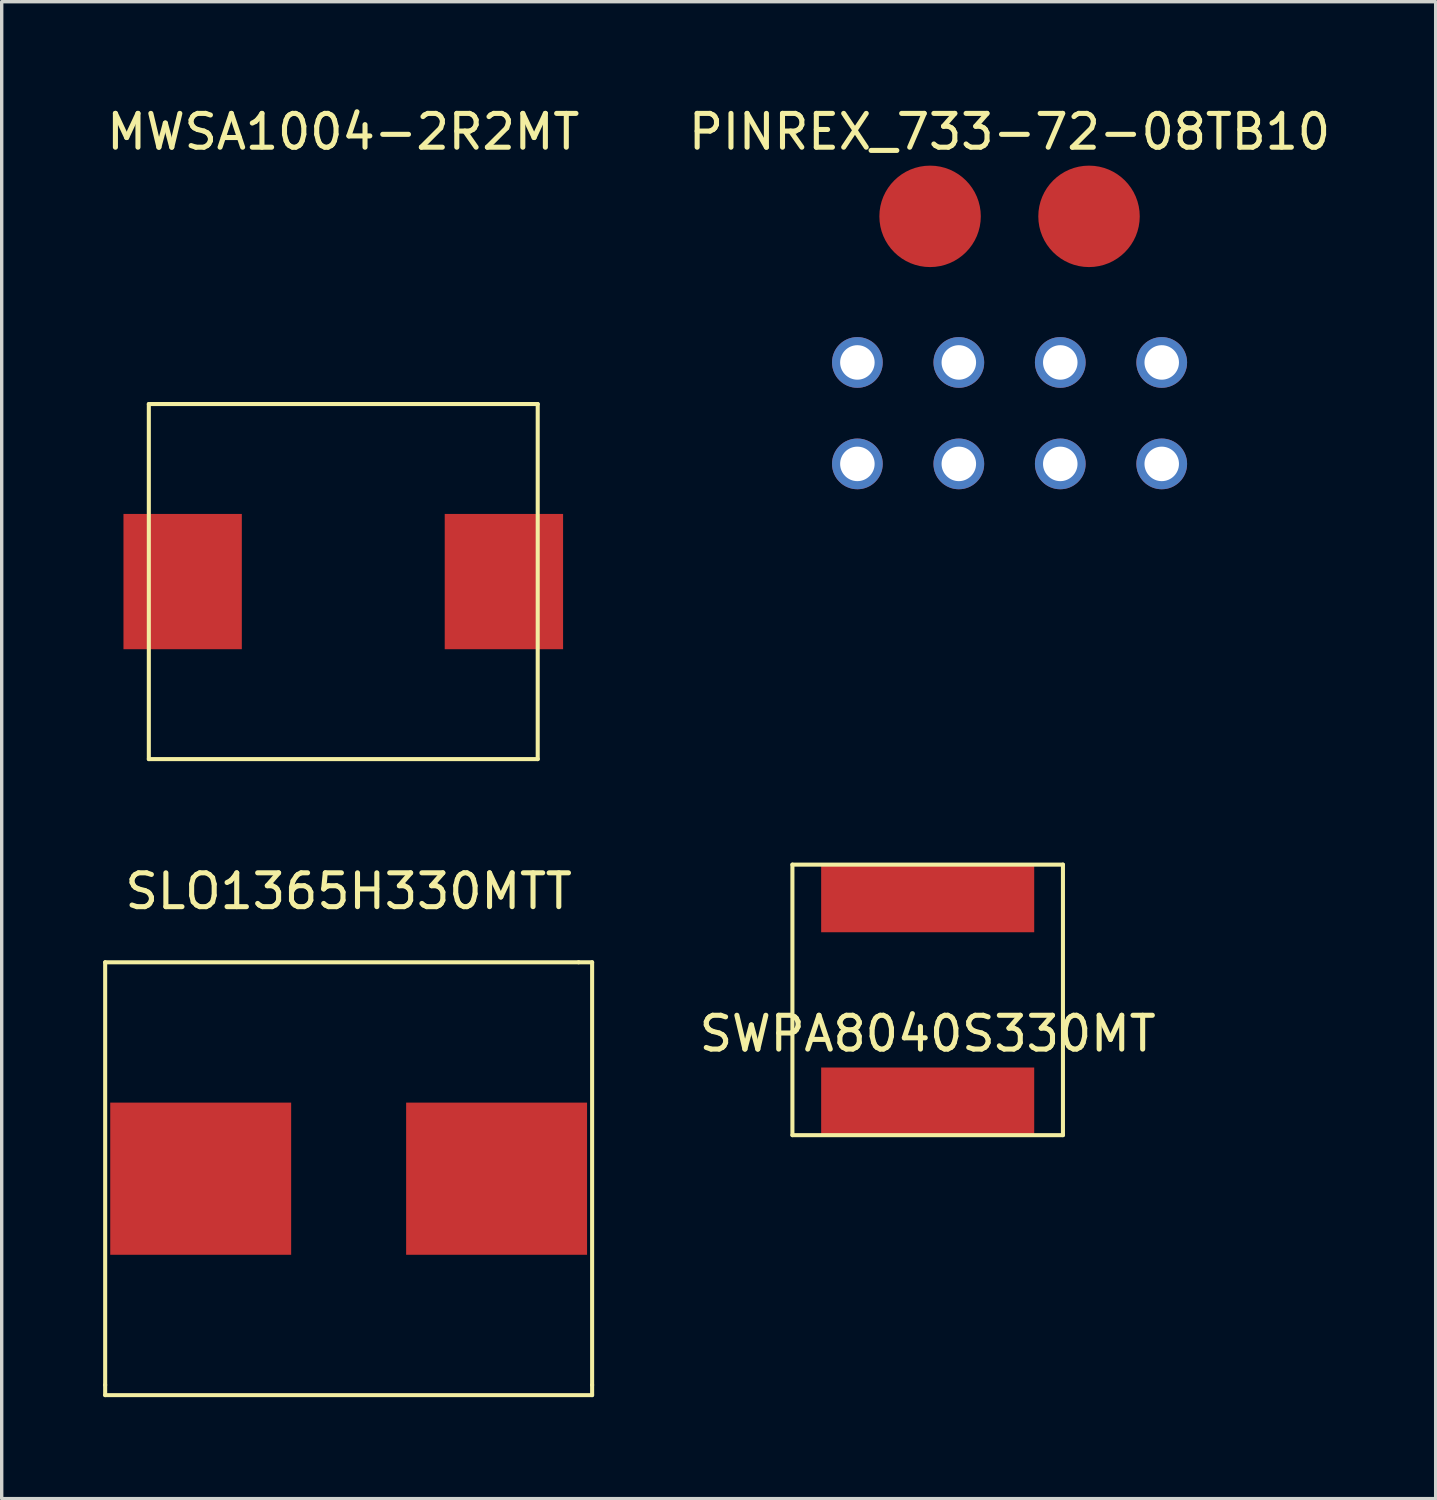
<source format=kicad_pcb>
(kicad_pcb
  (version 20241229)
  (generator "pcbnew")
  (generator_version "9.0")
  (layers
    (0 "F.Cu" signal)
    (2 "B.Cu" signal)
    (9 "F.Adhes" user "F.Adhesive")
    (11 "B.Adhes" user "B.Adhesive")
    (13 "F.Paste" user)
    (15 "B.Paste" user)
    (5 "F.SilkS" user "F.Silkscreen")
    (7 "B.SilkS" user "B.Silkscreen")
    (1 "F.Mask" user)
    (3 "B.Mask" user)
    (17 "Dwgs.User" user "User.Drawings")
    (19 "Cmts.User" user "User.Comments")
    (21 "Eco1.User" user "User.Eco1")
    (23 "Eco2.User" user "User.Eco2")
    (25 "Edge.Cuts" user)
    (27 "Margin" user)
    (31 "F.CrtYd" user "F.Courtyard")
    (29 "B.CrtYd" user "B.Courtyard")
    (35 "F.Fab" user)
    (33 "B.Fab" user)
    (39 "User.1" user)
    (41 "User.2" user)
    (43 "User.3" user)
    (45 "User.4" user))
  (footprint "SLO1365H330MTT"
    (layer "F.Cu")
    (at 7.26 31.806)
    (property "Reference" "SLO1365H330MTT" (at 0 -8.5 0) (layer "F.SilkS") (effects (font (size 1 1) (thickness 0.15))))
    (attr through_hole)
    (fp_line (start -7.2 -6.4) (end -7.2 6.1) (stroke (width 0.12) (type solid)) (layer "F.SilkS"))
    (fp_line (start -7.2 -6.4) (end 6.8 -6.4) (stroke (width 0.12) (type solid)) (layer "F.SilkS"))
    (fp_line (start -7.2 6.1) (end -7.2 6.4) (stroke (width 0.12) (type solid)) (layer "F.SilkS"))
    (fp_line (start -7.2 6.4) (end 7.2 6.4) (stroke (width 0.12) (type solid)) (layer "F.SilkS"))
    (fp_line (start 6.8 -6.4) (end 7.2 -6.4) (stroke (width 0.12) (type solid)) (layer "F.SilkS"))
    (fp_line (start 7.2 -6.4) (end 7.2 6.1) (stroke (width 0.12) (type solid)) (layer "F.SilkS"))
    (fp_line (start 7.2 6.4) (end 7.2 6.1) (stroke (width 0.12) (type solid)) (layer "F.SilkS"))
    (pad "1" smd rect (at -4.375 0) (size 5.35 4.5) (layers "F.Cu" "F.Mask" "F.Paste"))
    (pad "2" smd rect (at 4.375 0) (size 5.35 4.5) (layers "F.Cu" "F.Mask" "F.Paste")))
  (footprint "MWSA1004-2R2MT"
    (layer "F.Cu")
    (at 7.101 14.148)
    (property "Reference" "MWSA1004-2R2MT" (at 0 -13.3 0) (layer "F.SilkS") (effects (font (size 1 1) (thickness 0.15))))
    (attr through_hole)
    (fp_line (start -5.75 -5.25) (end -5.75 5.25) (stroke (width 0.12) (type solid)) (layer "F.SilkS"))
    (fp_line (start -5.75 -5.25) (end 5.75 -5.25) (stroke (width 0.12) (type solid)) (layer "F.SilkS"))
    (fp_line (start 5.75 -5.25) (end 5.75 5.25) (stroke (width 0.12) (type solid)) (layer "F.SilkS"))
    (fp_line (start 5.75 5.25) (end -5.75 5.25) (stroke (width 0.12) (type solid)) (layer "F.SilkS"))
    (pad "1" smd rect (at -4.75 0) (size 3.5 4) (layers "F.Cu" "F.Mask" "F.Paste"))
    (pad "2" smd rect (at 4.75 0) (size 3.5 4) (layers "F.Cu" "F.Mask" "F.Paste")))
  (footprint "SWPA8040S330MT"
    (layer "F.Cu")
    (at 24.383 26.518)
    (property "Reference" "SWPA8040S330MT" (at 0 1 0) (layer "F.SilkS") (effects (font (size 1 1) (thickness 0.15))))
    (attr through_hole)
    (fp_line (start -4 -4) (end 4 -4) (stroke (width 0.12) (type solid)) (layer "F.SilkS"))
    (fp_line (start -4 4) (end -4 -4) (stroke (width 0.12) (type solid)) (layer "F.SilkS"))
    (fp_line (start 4 -4) (end 4 4) (stroke (width 0.12) (type solid)) (layer "F.SilkS"))
    (fp_line (start 4 4) (end -4 4) (stroke (width 0.12) (type solid)) (layer "F.SilkS"))
    (pad "1" smd rect (at 0 -3) (size 6.3 2) (layers "F.Cu" "F.Mask" "F.Paste"))
    (pad "2" smd rect (at 0 3) (size 6.3 2) (layers "F.Cu" "F.Mask" "F.Paste")))
  (footprint "PINREX_733-72-08TB10"
    (layer "F.Cu")
    (at 26.804 6.348)
    (property "Reference" "PINREX_733-72-08TB10" (at 0 -5.5 180) (layer "F.SilkS") (effects (font (size 1 1) (thickness 0.15))))
    (attr through_hole)
    (pad "" connect circle (at -2.35 -3 180) (size 3 3) (layers "F.Cu" "F.Mask"))
    (pad "" connect circle (at 2.35 -3 180) (size 3 3) (layers "F.Cu" "F.Mask"))
    (pad "1" thru_hole circle (at 4.5 4.32 180) (size 1.5 1.5) (drill 1.02) (layers "*.Cu" "*.Mask"))
    (pad "2" thru_hole circle (at 1.5 4.32 180) (size 1.5 1.5) (drill 1.02) (layers "*.Cu" "*.Mask"))
    (pad "3" thru_hole circle (at -1.5 4.32 180) (size 1.5 1.5) (drill 1.02) (layers "*.Cu" "*.Mask"))
    (pad "4" thru_hole circle (at -4.5 4.32 180) (size 1.5 1.5) (drill 1.02) (layers "*.Cu" "*.Mask"))
    (pad "5" thru_hole circle (at -4.5 1.32 180) (size 1.5 1.5) (drill 1.02) (layers "*.Cu" "*.Mask"))
    (pad "6" thru_hole circle (at -1.5 1.32 180) (size 1.5 1.5) (drill 1.02) (layers "*.Cu" "*.Mask"))
    (pad "7" thru_hole circle (at 1.5 1.32 180) (size 1.5 1.5) (drill 1.02) (layers "*.Cu" "*.Mask"))
    (pad "8" thru_hole circle (at 4.5 1.32 270) (size 1.5 1.5) (drill 1.02) (layers "*.Cu" "*.Mask")))
  (gr_rect
    (start -3 -3)
    (end 39.405 41.267)
    (stroke (width 0.1) (type default))
    (fill no)
    (layer "Edge.Cuts")))
</source>
